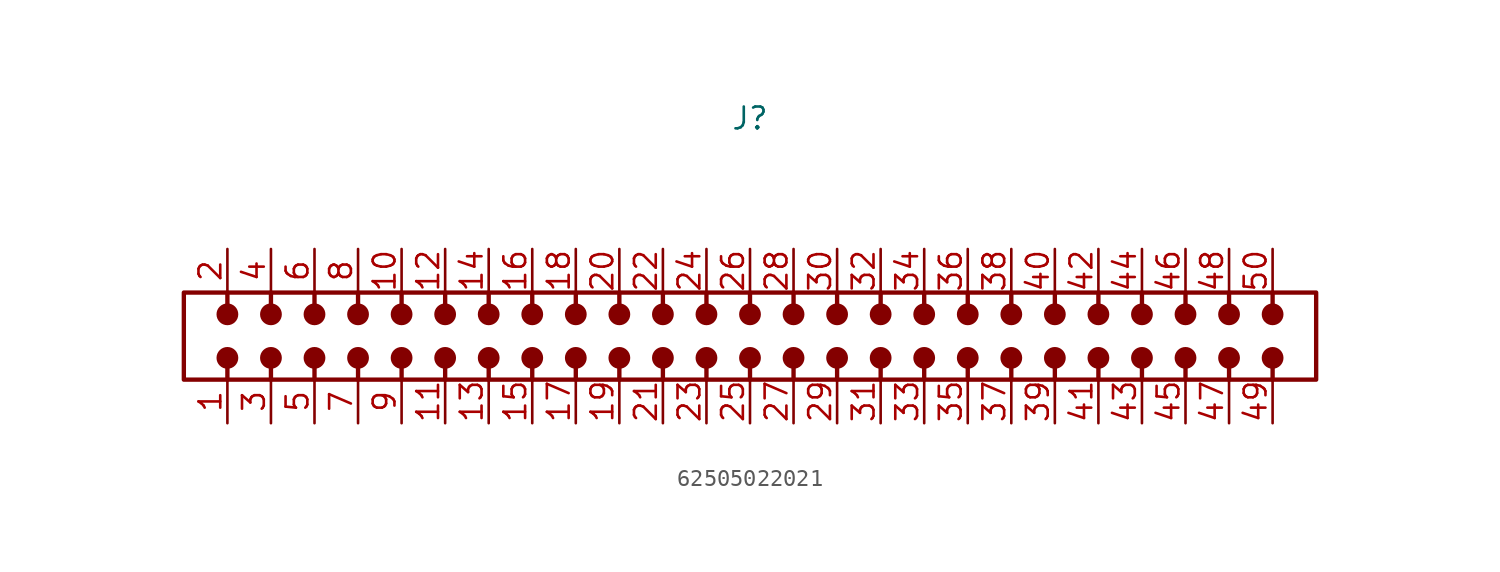
<source format=kicad_sym>
(kicad_symbol_lib
  (version 20241209)
  (generator "kicad_symbol_editor")
  (generator_version "9.0")
  (symbol "62505022021"
    (pin_names
      (hide yes))
    (property "Reference" "J"
      (at 0 12.7 0)
      (effects (font (size 1.27 1.27))))
    (symbol "62505022021_1_1"
      (rectangle (start -33.02 2.54) (end 33.02 -2.54) (stroke (width 0.254) (type solid)) (fill (type none)))
      (polyline (pts (xy -30.48 1.778) (xy -30.48 2.54)) (stroke (width 0.254) (type solid)) (fill (type none)))
      (circle (center -30.48 1.27) (radius 0.508) (stroke (width 0.254) (type solid)) (fill (type outline)))
      (circle (center -30.48 -1.27) (radius 0.508) (stroke (width 0.254) (type solid)) (fill (type outline)))
      (polyline (pts (xy -30.48 -1.778) (xy -30.48 -2.54)) (stroke (width 0.254) (type solid)) (fill (type none)))
      (polyline (pts (xy -27.94 1.778) (xy -27.94 2.54)) (stroke (width 0.254) (type solid)) (fill (type none)))
      (circle (center -27.94 1.27) (radius 0.508) (stroke (width 0.254) (type solid)) (fill (type outline)))
      (circle (center -27.94 -1.27) (radius 0.508) (stroke (width 0.254) (type solid)) (fill (type outline)))
      (polyline (pts (xy -27.94 -1.778) (xy -27.94 -2.54)) (stroke (width 0.254) (type solid)) (fill (type none)))
      (polyline (pts (xy -25.4 1.778) (xy -25.4 2.54)) (stroke (width 0.254) (type solid)) (fill (type none)))
      (circle (center -25.4 1.27) (radius 0.508) (stroke (width 0.254) (type solid)) (fill (type outline)))
      (circle (center -25.4 -1.27) (radius 0.508) (stroke (width 0.254) (type solid)) (fill (type outline)))
      (polyline (pts (xy -25.4 -1.778) (xy -25.4 -2.54)) (stroke (width 0.254) (type solid)) (fill (type none)))
      (polyline (pts (xy -22.86 1.778) (xy -22.86 2.54)) (stroke (width 0.254) (type solid)) (fill (type none)))
      (circle (center -22.86 1.27) (radius 0.508) (stroke (width 0.254) (type solid)) (fill (type outline)))
      (circle (center -22.86 -1.27) (radius 0.508) (stroke (width 0.254) (type solid)) (fill (type outline)))
      (polyline (pts (xy -22.86 -1.778) (xy -22.86 -2.54)) (stroke (width 0.254) (type solid)) (fill (type none)))
      (polyline (pts (xy -20.32 1.778) (xy -20.32 2.54)) (stroke (width 0.254) (type solid)) (fill (type none)))
      (circle (center -20.32 1.27) (radius 0.508) (stroke (width 0.254) (type solid)) (fill (type outline)))
      (circle (center -20.32 -1.27) (radius 0.508) (stroke (width 0.254) (type solid)) (fill (type outline)))
      (polyline (pts (xy -20.32 -1.778) (xy -20.32 -2.54)) (stroke (width 0.254) (type solid)) (fill (type none)))
      (polyline (pts (xy -17.78 1.778) (xy -17.78 2.54)) (stroke (width 0.254) (type solid)) (fill (type none)))
      (circle (center -17.78 1.27) (radius 0.508) (stroke (width 0.254) (type solid)) (fill (type outline)))
      (circle (center -17.78 -1.27) (radius 0.508) (stroke (width 0.254) (type solid)) (fill (type outline)))
      (polyline (pts (xy -17.78 -1.778) (xy -17.78 -2.54)) (stroke (width 0.254) (type solid)) (fill (type none)))
      (polyline (pts (xy -15.24 1.778) (xy -15.24 2.54)) (stroke (width 0.254) (type solid)) (fill (type none)))
      (circle (center -15.24 1.27) (radius 0.508) (stroke (width 0.254) (type solid)) (fill (type outline)))
      (circle (center -15.24 -1.27) (radius 0.508) (stroke (width 0.254) (type solid)) (fill (type outline)))
      (polyline (pts (xy -15.24 -1.778) (xy -15.24 -2.54)) (stroke (width 0.254) (type solid)) (fill (type none)))
      (polyline (pts (xy -12.7 1.778) (xy -12.7 2.54)) (stroke (width 0.254) (type solid)) (fill (type none)))
      (circle (center -12.7 1.27) (radius 0.508) (stroke (width 0.254) (type solid)) (fill (type outline)))
      (circle (center -12.7 -1.27) (radius 0.508) (stroke (width 0.254) (type solid)) (fill (type outline)))
      (polyline (pts (xy -12.7 -1.778) (xy -12.7 -2.54)) (stroke (width 0.254) (type solid)) (fill (type none)))
      (polyline (pts (xy -10.16 1.778) (xy -10.16 2.54)) (stroke (width 0.254) (type solid)) (fill (type none)))
      (circle (center -10.16 1.27) (radius 0.508) (stroke (width 0.254) (type solid)) (fill (type outline)))
      (circle (center -10.16 -1.27) (radius 0.508) (stroke (width 0.254) (type solid)) (fill (type outline)))
      (polyline (pts (xy -10.16 -1.778) (xy -10.16 -2.54)) (stroke (width 0.254) (type solid)) (fill (type none)))
      (polyline (pts (xy -7.62 1.778) (xy -7.62 2.54)) (stroke (width 0.254) (type solid)) (fill (type none)))
      (circle (center -7.62 1.27) (radius 0.508) (stroke (width 0.254) (type solid)) (fill (type outline)))
      (circle (center -7.62 -1.27) (radius 0.508) (stroke (width 0.254) (type solid)) (fill (type outline)))
      (polyline (pts (xy -7.62 -1.778) (xy -7.62 -2.54)) (stroke (width 0.254) (type solid)) (fill (type none)))
      (polyline (pts (xy -5.08 1.778) (xy -5.08 2.54)) (stroke (width 0.254) (type solid)) (fill (type none)))
      (circle (center -5.08 1.27) (radius 0.508) (stroke (width 0.254) (type solid)) (fill (type outline)))
      (circle (center -5.08 -1.27) (radius 0.508) (stroke (width 0.254) (type solid)) (fill (type outline)))
      (polyline (pts (xy -5.08 -1.778) (xy -5.08 -2.54)) (stroke (width 0.254) (type solid)) (fill (type none)))
      (polyline (pts (xy -2.54 1.778) (xy -2.54 2.54)) (stroke (width 0.254) (type solid)) (fill (type none)))
      (circle (center -2.54 1.27) (radius 0.508) (stroke (width 0.254) (type solid)) (fill (type outline)))
      (circle (center -2.54 -1.27) (radius 0.508) (stroke (width 0.254) (type solid)) (fill (type outline)))
      (polyline (pts (xy -2.54 -1.778) (xy -2.54 -2.54)) (stroke (width 0.254) (type solid)) (fill (type none)))
      (polyline (pts (xy 0 1.778) (xy 0 2.54)) (stroke (width 0.254) (type solid)) (fill (type none)))
      (circle (center 0 1.27) (radius 0.508) (stroke (width 0.254) (type solid)) (fill (type outline)))
      (circle (center 0 -1.27) (radius 0.508) (stroke (width 0.254) (type solid)) (fill (type outline)))
      (polyline (pts (xy 0 -1.778) (xy 0 -2.54)) (stroke (width 0.254) (type solid)) (fill (type none)))
      (polyline (pts (xy 2.54 1.778) (xy 2.54 2.54)) (stroke (width 0.254) (type solid)) (fill (type none)))
      (circle (center 2.54 1.27) (radius 0.508) (stroke (width 0.254) (type solid)) (fill (type outline)))
      (circle (center 2.54 -1.27) (radius 0.508) (stroke (width 0.254) (type solid)) (fill (type outline)))
      (polyline (pts (xy 2.54 -1.778) (xy 2.54 -2.54)) (stroke (width 0.254) (type solid)) (fill (type none)))
      (polyline (pts (xy 5.08 1.778) (xy 5.08 2.54)) (stroke (width 0.254) (type solid)) (fill (type none)))
      (circle (center 5.08 1.27) (radius 0.508) (stroke (width 0.254) (type solid)) (fill (type outline)))
      (circle (center 5.08 -1.27) (radius 0.508) (stroke (width 0.254) (type solid)) (fill (type outline)))
      (polyline (pts (xy 5.08 -1.778) (xy 5.08 -2.54)) (stroke (width 0.254) (type solid)) (fill (type none)))
      (polyline (pts (xy 7.62 1.778) (xy 7.62 2.54)) (stroke (width 0.254) (type solid)) (fill (type none)))
      (circle (center 7.62 1.27) (radius 0.508) (stroke (width 0.254) (type solid)) (fill (type outline)))
      (circle (center 7.62 -1.27) (radius 0.508) (stroke (width 0.254) (type solid)) (fill (type outline)))
      (polyline (pts (xy 7.62 -1.778) (xy 7.62 -2.54)) (stroke (width 0.254) (type solid)) (fill (type none)))
      (polyline (pts (xy 10.16 1.778) (xy 10.16 2.54)) (stroke (width 0.254) (type solid)) (fill (type none)))
      (circle (center 10.16 1.27) (radius 0.508) (stroke (width 0.254) (type solid)) (fill (type outline)))
      (circle (center 10.16 -1.27) (radius 0.508) (stroke (width 0.254) (type solid)) (fill (type outline)))
      (polyline (pts (xy 10.16 -1.778) (xy 10.16 -2.54)) (stroke (width 0.254) (type solid)) (fill (type none)))
      (polyline (pts (xy 12.7 1.778) (xy 12.7 2.54)) (stroke (width 0.254) (type solid)) (fill (type none)))
      (circle (center 12.7 1.27) (radius 0.508) (stroke (width 0.254) (type solid)) (fill (type outline)))
      (circle (center 12.7 -1.27) (radius 0.508) (stroke (width 0.254) (type solid)) (fill (type outline)))
      (polyline (pts (xy 12.7 -1.778) (xy 12.7 -2.54)) (stroke (width 0.254) (type solid)) (fill (type none)))
      (polyline (pts (xy 15.24 1.778) (xy 15.24 2.54)) (stroke (width 0.254) (type solid)) (fill (type none)))
      (circle (center 15.24 1.27) (radius 0.508) (stroke (width 0.254) (type solid)) (fill (type outline)))
      (circle (center 15.24 -1.27) (radius 0.508) (stroke (width 0.254) (type solid)) (fill (type outline)))
      (polyline (pts (xy 15.24 -1.778) (xy 15.24 -2.54)) (stroke (width 0.254) (type solid)) (fill (type none)))
      (polyline (pts (xy 17.78 1.778) (xy 17.78 2.54)) (stroke (width 0.254) (type solid)) (fill (type none)))
      (circle (center 17.78 1.27) (radius 0.508) (stroke (width 0.254) (type solid)) (fill (type outline)))
      (circle (center 17.78 -1.27) (radius 0.508) (stroke (width 0.254) (type solid)) (fill (type outline)))
      (polyline (pts (xy 17.78 -1.778) (xy 17.78 -2.54)) (stroke (width 0.254) (type solid)) (fill (type none)))
      (polyline (pts (xy 20.32 1.778) (xy 20.32 2.54)) (stroke (width 0.254) (type solid)) (fill (type none)))
      (circle (center 20.32 1.27) (radius 0.508) (stroke (width 0.254) (type solid)) (fill (type outline)))
      (circle (center 20.32 -1.27) (radius 0.508) (stroke (width 0.254) (type solid)) (fill (type outline)))
      (polyline (pts (xy 20.32 -1.778) (xy 20.32 -2.54)) (stroke (width 0.254) (type solid)) (fill (type none)))
      (polyline (pts (xy 22.86 1.778) (xy 22.86 2.54)) (stroke (width 0.254) (type solid)) (fill (type none)))
      (circle (center 22.86 1.27) (radius 0.508) (stroke (width 0.254) (type solid)) (fill (type outline)))
      (circle (center 22.86 -1.27) (radius 0.508) (stroke (width 0.254) (type solid)) (fill (type outline)))
      (polyline (pts (xy 22.86 -1.778) (xy 22.86 -2.54)) (stroke (width 0.254) (type solid)) (fill (type none)))
      (polyline (pts (xy 25.4 1.778) (xy 25.4 2.54)) (stroke (width 0.254) (type solid)) (fill (type none)))
      (circle (center 25.4 1.27) (radius 0.508) (stroke (width 0.254) (type solid)) (fill (type outline)))
      (circle (center 25.4 -1.27) (radius 0.508) (stroke (width 0.254) (type solid)) (fill (type outline)))
      (polyline (pts (xy 25.4 -1.778) (xy 25.4 -2.54)) (stroke (width 0.254) (type solid)) (fill (type none)))
      (polyline (pts (xy 27.94 1.778) (xy 27.94 2.54)) (stroke (width 0.254) (type solid)) (fill (type none)))
      (circle (center 27.94 1.27) (radius 0.508) (stroke (width 0.254) (type solid)) (fill (type outline)))
      (circle (center 27.94 -1.27) (radius 0.508) (stroke (width 0.254) (type solid)) (fill (type outline)))
      (polyline (pts (xy 27.94 -1.778) (xy 27.94 -2.54)) (stroke (width 0.254) (type solid)) (fill (type none)))
      (polyline (pts (xy 30.48 1.778) (xy 30.48 2.54)) (stroke (width 0.254) (type solid)) (fill (type none)))
      (circle (center 30.48 1.27) (radius 0.508) (stroke (width 0.254) (type solid)) (fill (type outline)))
      (circle (center 30.48 -1.27) (radius 0.508) (stroke (width 0.254) (type solid)) (fill (type outline)))
      (polyline (pts (xy 30.48 -1.778) (xy 30.48 -2.54)) (stroke (width 0.254) (type solid)) (fill (type none)))
      (pin passive line (at -30.48 5.08 270) (length 2.54) (name "2" (effects (font (size 1.27 1.27)))) (number "2" (effects (font (size 1.27 1.27)))))
      (pin passive line (at -30.48 -5.08 90) (length 2.54) (name "1" (effects (font (size 1.27 1.27)))) (number "1" (effects (font (size 1.27 1.27)))))
      (pin passive line (at -27.94 5.08 270) (length 2.54) (name "4" (effects (font (size 1.27 1.27)))) (number "4" (effects (font (size 1.27 1.27)))))
      (pin passive line (at -27.94 -5.08 90) (length 2.54) (name "3" (effects (font (size 1.27 1.27)))) (number "3" (effects (font (size 1.27 1.27)))))
      (pin passive line (at -25.4 5.08 270) (length 2.54) (name "6" (effects (font (size 1.27 1.27)))) (number "6" (effects (font (size 1.27 1.27)))))
      (pin passive line (at -25.4 -5.08 90) (length 2.54) (name "5" (effects (font (size 1.27 1.27)))) (number "5" (effects (font (size 1.27 1.27)))))
      (pin passive line (at -22.86 5.08 270) (length 2.54) (name "8" (effects (font (size 1.27 1.27)))) (number "8" (effects (font (size 1.27 1.27)))))
      (pin passive line (at -22.86 -5.08 90) (length 2.54) (name "7" (effects (font (size 1.27 1.27)))) (number "7" (effects (font (size 1.27 1.27)))))
      (pin passive line (at -20.32 5.08 270) (length 2.54) (name "10" (effects (font (size 1.27 1.27)))) (number "10" (effects (font (size 1.27 1.27)))))
      (pin passive line (at -20.32 -5.08 90) (length 2.54) (name "9" (effects (font (size 1.27 1.27)))) (number "9" (effects (font (size 1.27 1.27)))))
      (pin passive line (at -17.78 5.08 270) (length 2.54) (name "12" (effects (font (size 1.27 1.27)))) (number "12" (effects (font (size 1.27 1.27)))))
      (pin passive line (at -17.78 -5.08 90) (length 2.54) (name "11" (effects (font (size 1.27 1.27)))) (number "11" (effects (font (size 1.27 1.27)))))
      (pin passive line (at -15.24 5.08 270) (length 2.54) (name "14" (effects (font (size 1.27 1.27)))) (number "14" (effects (font (size 1.27 1.27)))))
      (pin passive line (at -15.24 -5.08 90) (length 2.54) (name "13" (effects (font (size 1.27 1.27)))) (number "13" (effects (font (size 1.27 1.27)))))
      (pin passive line (at -12.7 5.08 270) (length 2.54) (name "16" (effects (font (size 1.27 1.27)))) (number "16" (effects (font (size 1.27 1.27)))))
      (pin passive line (at -12.7 -5.08 90) (length 2.54) (name "15" (effects (font (size 1.27 1.27)))) (number "15" (effects (font (size 1.27 1.27)))))
      (pin passive line (at -10.16 5.08 270) (length 2.54) (name "18" (effects (font (size 1.27 1.27)))) (number "18" (effects (font (size 1.27 1.27)))))
      (pin passive line (at -10.16 -5.08 90) (length 2.54) (name "17" (effects (font (size 1.27 1.27)))) (number "17" (effects (font (size 1.27 1.27)))))
      (pin passive line (at -7.62 5.08 270) (length 2.54) (name "20" (effects (font (size 1.27 1.27)))) (number "20" (effects (font (size 1.27 1.27)))))
      (pin passive line (at -7.62 -5.08 90) (length 2.54) (name "19" (effects (font (size 1.27 1.27)))) (number "19" (effects (font (size 1.27 1.27)))))
      (pin passive line (at -5.08 5.08 270) (length 2.54) (name "22" (effects (font (size 1.27 1.27)))) (number "22" (effects (font (size 1.27 1.27)))))
      (pin passive line (at -5.08 -5.08 90) (length 2.54) (name "21" (effects (font (size 1.27 1.27)))) (number "21" (effects (font (size 1.27 1.27)))))
      (pin passive line (at -2.54 5.08 270) (length 2.54) (name "24" (effects (font (size 1.27 1.27)))) (number "24" (effects (font (size 1.27 1.27)))))
      (pin passive line (at -2.54 -5.08 90) (length 2.54) (name "23" (effects (font (size 1.27 1.27)))) (number "23" (effects (font (size 1.27 1.27)))))
      (pin passive line (at 0 5.08 270) (length 2.54) (name "26" (effects (font (size 1.27 1.27)))) (number "26" (effects (font (size 1.27 1.27)))))
      (pin passive line (at 0 -5.08 90) (length 2.54) (name "25" (effects (font (size 1.27 1.27)))) (number "25" (effects (font (size 1.27 1.27)))))
      (pin passive line (at 2.54 5.08 270) (length 2.54) (name "28" (effects (font (size 1.27 1.27)))) (number "28" (effects (font (size 1.27 1.27)))))
      (pin passive line (at 2.54 -5.08 90) (length 2.54) (name "27" (effects (font (size 1.27 1.27)))) (number "27" (effects (font (size 1.27 1.27)))))
      (pin passive line (at 5.08 5.08 270) (length 2.54) (name "30" (effects (font (size 1.27 1.27)))) (number "30" (effects (font (size 1.27 1.27)))))
      (pin passive line (at 5.08 -5.08 90) (length 2.54) (name "29" (effects (font (size 1.27 1.27)))) (number "29" (effects (font (size 1.27 1.27)))))
      (pin passive line (at 7.62 5.08 270) (length 2.54) (name "32" (effects (font (size 1.27 1.27)))) (number "32" (effects (font (size 1.27 1.27)))))
      (pin passive line (at 7.62 -5.08 90) (length 2.54) (name "31" (effects (font (size 1.27 1.27)))) (number "31" (effects (font (size 1.27 1.27)))))
      (pin passive line (at 10.16 5.08 270) (length 2.54) (name "34" (effects (font (size 1.27 1.27)))) (number "34" (effects (font (size 1.27 1.27)))))
      (pin passive line (at 10.16 -5.08 90) (length 2.54) (name "33" (effects (font (size 1.27 1.27)))) (number "33" (effects (font (size 1.27 1.27)))))
      (pin passive line (at 12.7 5.08 270) (length 2.54) (name "36" (effects (font (size 1.27 1.27)))) (number "36" (effects (font (size 1.27 1.27)))))
      (pin passive line (at 12.7 -5.08 90) (length 2.54) (name "35" (effects (font (size 1.27 1.27)))) (number "35" (effects (font (size 1.27 1.27)))))
      (pin passive line (at 15.24 5.08 270) (length 2.54) (name "38" (effects (font (size 1.27 1.27)))) (number "38" (effects (font (size 1.27 1.27)))))
      (pin passive line (at 15.24 -5.08 90) (length 2.54) (name "37" (effects (font (size 1.27 1.27)))) (number "37" (effects (font (size 1.27 1.27)))))
      (pin passive line (at 17.78 5.08 270) (length 2.54) (name "40" (effects (font (size 1.27 1.27)))) (number "40" (effects (font (size 1.27 1.27)))))
      (pin passive line (at 17.78 -5.08 90) (length 2.54) (name "39" (effects (font (size 1.27 1.27)))) (number "39" (effects (font (size 1.27 1.27)))))
      (pin passive line (at 20.32 5.08 270) (length 2.54) (name "42" (effects (font (size 1.27 1.27)))) (number "42" (effects (font (size 1.27 1.27)))))
      (pin passive line (at 20.32 -5.08 90) (length 2.54) (name "41" (effects (font (size 1.27 1.27)))) (number "41" (effects (font (size 1.27 1.27)))))
      (pin passive line (at 22.86 5.08 270) (length 2.54) (name "44" (effects (font (size 1.27 1.27)))) (number "44" (effects (font (size 1.27 1.27)))))
      (pin passive line (at 22.86 -5.08 90) (length 2.54) (name "43" (effects (font (size 1.27 1.27)))) (number "43" (effects (font (size 1.27 1.27)))))
      (pin passive line (at 25.4 5.08 270) (length 2.54) (name "46" (effects (font (size 1.27 1.27)))) (number "46" (effects (font (size 1.27 1.27)))))
      (pin passive line (at 25.4 -5.08 90) (length 2.54) (name "45" (effects (font (size 1.27 1.27)))) (number "45" (effects (font (size 1.27 1.27)))))
      (pin passive line (at 27.94 5.08 270) (length 2.54) (name "48" (effects (font (size 1.27 1.27)))) (number "48" (effects (font (size 1.27 1.27)))))
      (pin passive line (at 27.94 -5.08 90) (length 2.54) (name "47" (effects (font (size 1.27 1.27)))) (number "47" (effects (font (size 1.27 1.27)))))
      (pin passive line (at 30.48 5.08 270) (length 2.54) (name "50" (effects (font (size 1.27 1.27)))) (number "50" (effects (font (size 1.27 1.27)))))
      (pin passive line (at 30.48 -5.08 90) (length 2.54) (name "49" (effects (font (size 1.27 1.27)))) (number "49" (effects (font (size 1.27 1.27))))))))
</source>
